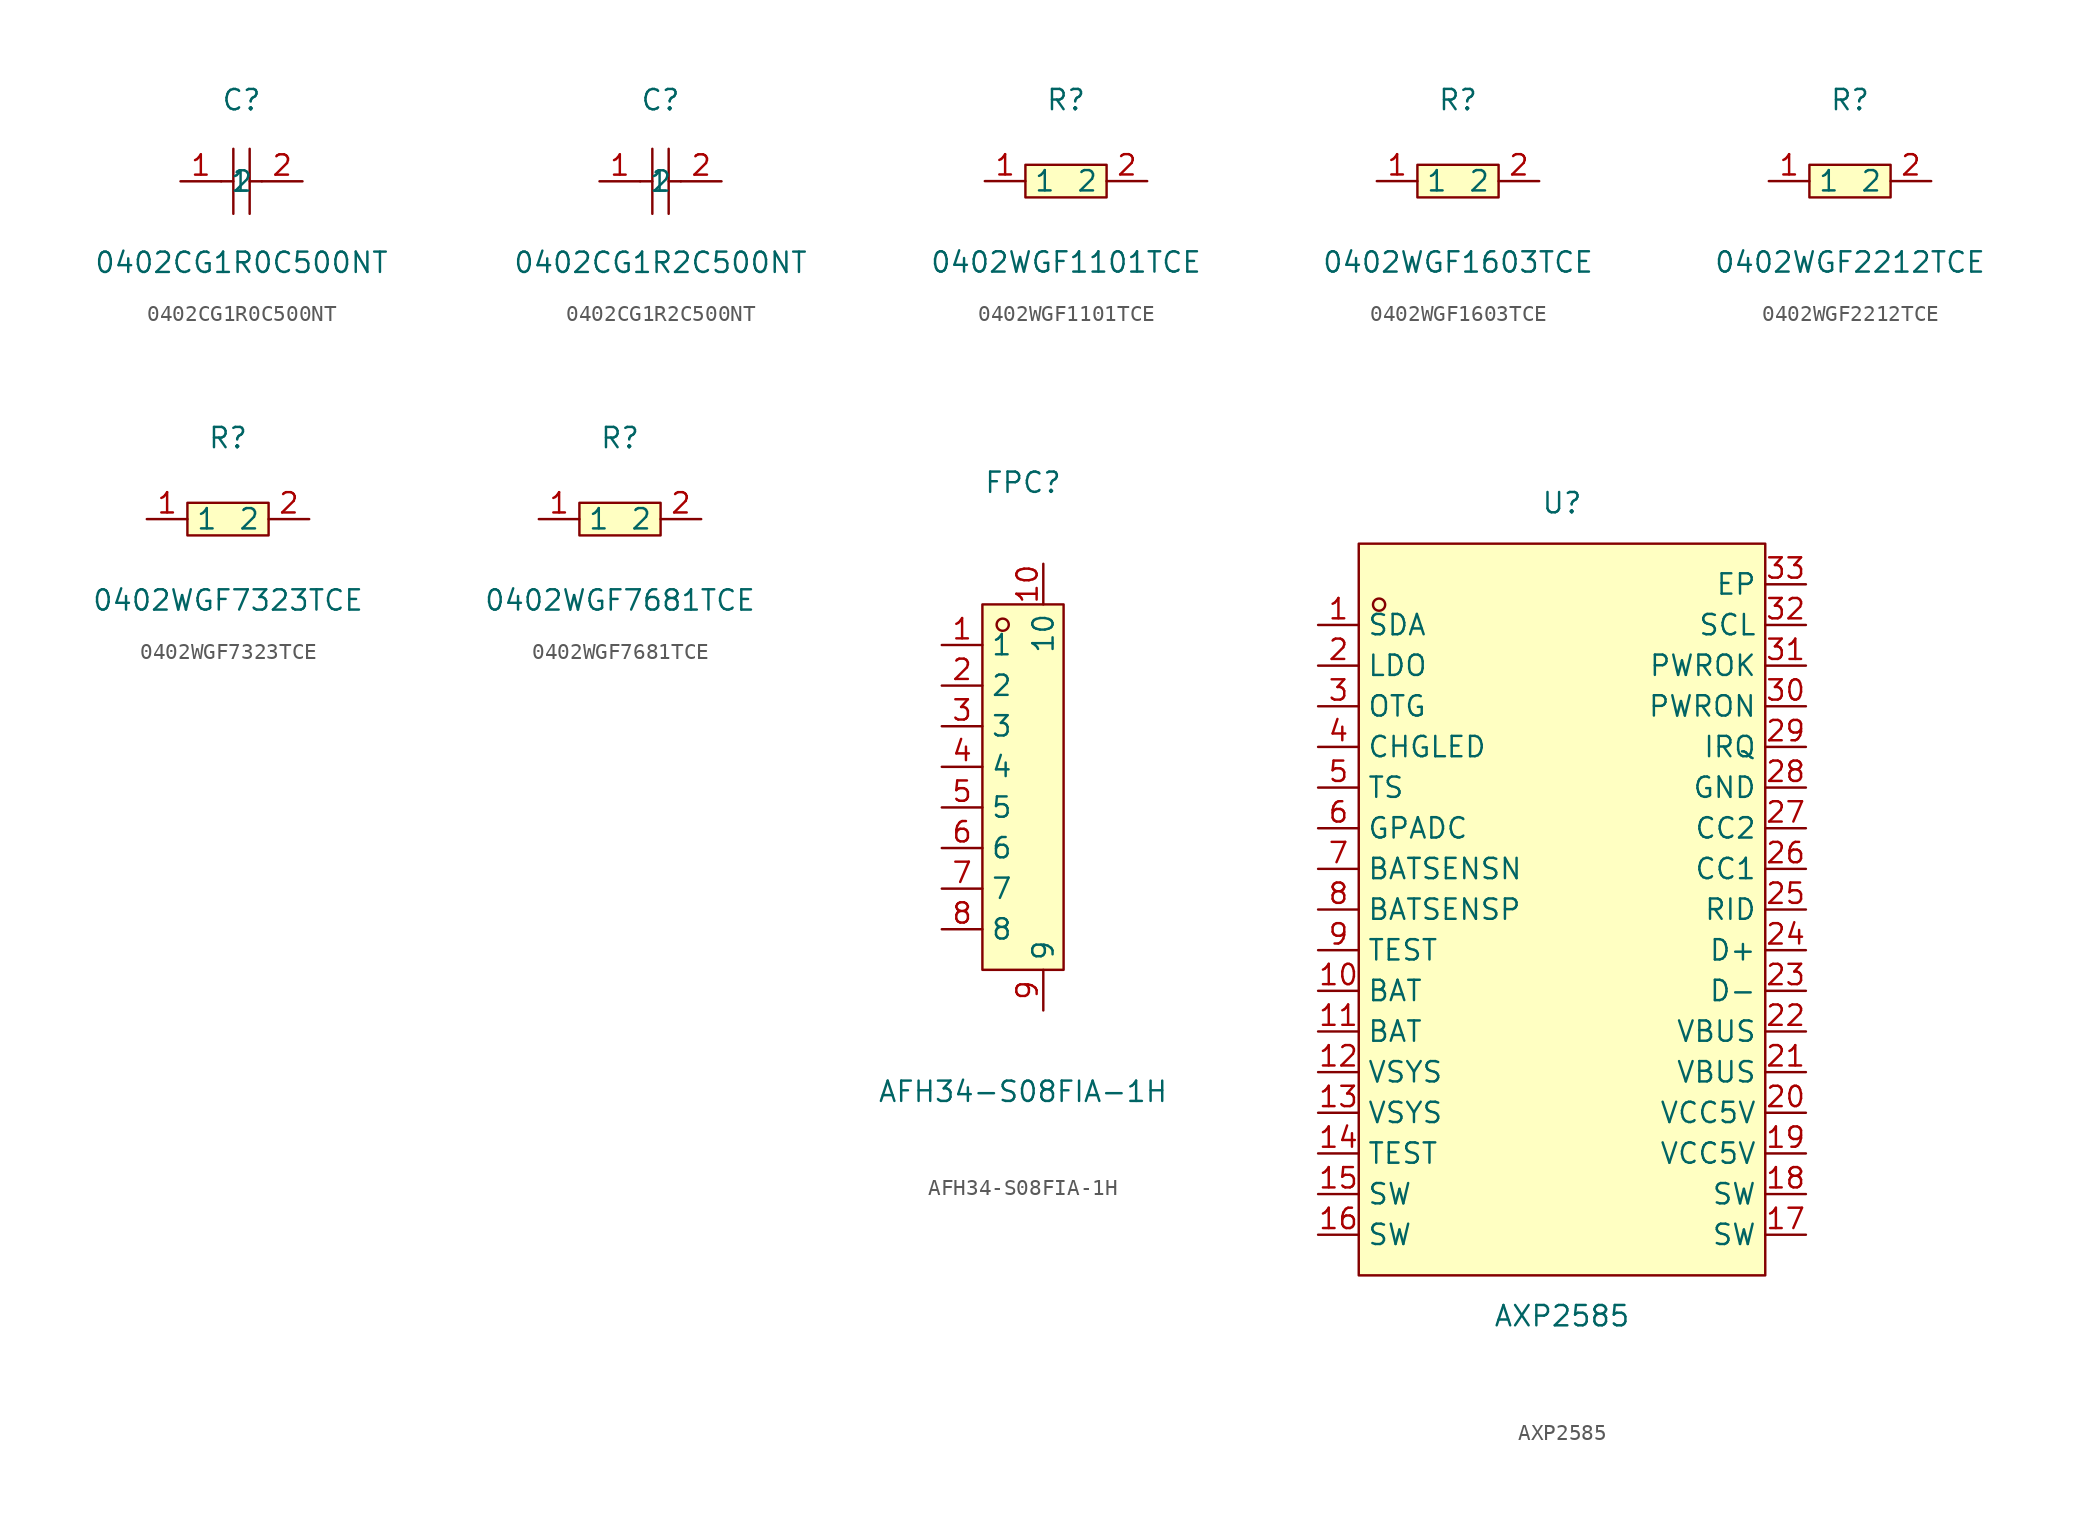
<source format=kicad_sym>
(kicad_symbol_lib
  (version 20241209)
  (generator "kicad_symbol_editor")
  (generator_version "9.0")
  (symbol "0402CG1R0C500NT"
    (property "Reference" "C"
      (at 0 5.08 0)
      (effects (font (size 1.27 1.27))))
    (property "Value" "0402CG1R0C500NT"
      (at 0 -5.08 0)
      (effects (font (size 1.27 1.27))))
    (symbol "0402CG1R0C500NT_0_1"
      (polyline (pts (xy -1.27 0) (xy -0.51 0)) (stroke (width 0) (type default)) (fill (type none)))
      (polyline (pts (xy -0.51 2.03) (xy -0.51 -2.03)) (stroke (width 0) (type default)) (fill (type none)))
      (polyline (pts (xy 0.51 2.03) (xy 0.51 -2.03)) (stroke (width 0) (type default)) (fill (type none)))
      (polyline (pts (xy 0.51 0) (xy 1.27 0)) (stroke (width 0) (type default)) (fill (type none)))
      (pin input line (at -3.81 0 0) (length 2.54) (name "1" (effects (font (size 1.27 1.27)))) (number "1" (effects (font (size 1.27 1.27)))))
      (pin input line (at 3.81 0 180) (length 2.54) (name "2" (effects (font (size 1.27 1.27)))) (number "2" (effects (font (size 1.27 1.27)))))))
  (symbol "0402CG1R2C500NT"
    (property "Reference" "C"
      (at 0 5.08 0)
      (effects (font (size 1.27 1.27))))
    (property "Value" "0402CG1R2C500NT"
      (at 0 -5.08 0)
      (effects (font (size 1.27 1.27))))
    (symbol "0402CG1R2C500NT_0_1"
      (polyline (pts (xy -1.27 0) (xy -0.51 0)) (stroke (width 0) (type default)) (fill (type none)))
      (polyline (pts (xy -0.51 2.03) (xy -0.51 -2.03)) (stroke (width 0) (type default)) (fill (type none)))
      (polyline (pts (xy 0.51 2.03) (xy 0.51 -2.03)) (stroke (width 0) (type default)) (fill (type none)))
      (polyline (pts (xy 0.51 0) (xy 1.27 0)) (stroke (width 0) (type default)) (fill (type none)))
      (pin input line (at -3.81 0 0) (length 2.54) (name "1" (effects (font (size 1.27 1.27)))) (number "1" (effects (font (size 1.27 1.27)))))
      (pin input line (at 3.81 0 180) (length 2.54) (name "2" (effects (font (size 1.27 1.27)))) (number "2" (effects (font (size 1.27 1.27)))))))
  (symbol "0402WGF1101TCE"
    (property "Reference" "R"
      (at 0 5.08 0)
      (effects (font (size 1.27 1.27))))
    (property "Value" "0402WGF1101TCE"
      (at 0 -5.08 0)
      (effects (font (size 1.27 1.27))))
    (symbol "0402WGF1101TCE_0_1"
      (rectangle (start -2.54 1.02) (end 2.54 -1.02) (stroke (width 0) (type default)) (fill (type background)))
      (pin input line (at -5.08 0 0) (length 2.54) (name "1" (effects (font (size 1.27 1.27)))) (number "1" (effects (font (size 1.27 1.27)))))
      (pin input line (at 5.08 0 180) (length 2.54) (name "2" (effects (font (size 1.27 1.27)))) (number "2" (effects (font (size 1.27 1.27)))))))
  (symbol "0402WGF1603TCE"
    (property "Reference" "R"
      (at 0 5.08 0)
      (effects (font (size 1.27 1.27))))
    (property "Value" "0402WGF1603TCE"
      (at 0 -5.08 0)
      (effects (font (size 1.27 1.27))))
    (symbol "0402WGF1603TCE_0_1"
      (rectangle (start -2.54 1.02) (end 2.54 -1.02) (stroke (width 0) (type default)) (fill (type background)))
      (pin input line (at -5.08 0 0) (length 2.54) (name "1" (effects (font (size 1.27 1.27)))) (number "1" (effects (font (size 1.27 1.27)))))
      (pin input line (at 5.08 0 180) (length 2.54) (name "2" (effects (font (size 1.27 1.27)))) (number "2" (effects (font (size 1.27 1.27)))))))
  (symbol "0402WGF2212TCE"
    (property "Reference" "R"
      (at 0 5.08 0)
      (effects (font (size 1.27 1.27))))
    (property "Value" "0402WGF2212TCE"
      (at 0 -5.08 0)
      (effects (font (size 1.27 1.27))))
    (symbol "0402WGF2212TCE_0_1"
      (rectangle (start -2.54 1.02) (end 2.54 -1.02) (stroke (width 0) (type default)) (fill (type background)))
      (pin input line (at -5.08 0 0) (length 2.54) (name "1" (effects (font (size 1.27 1.27)))) (number "1" (effects (font (size 1.27 1.27)))))
      (pin input line (at 5.08 0 180) (length 2.54) (name "2" (effects (font (size 1.27 1.27)))) (number "2" (effects (font (size 1.27 1.27)))))))
  (symbol "0402WGF7323TCE"
    (property "Reference" "R"
      (at 0 5.08 0)
      (effects (font (size 1.27 1.27))))
    (property "Value" "0402WGF7323TCE"
      (at 0 -5.08 0)
      (effects (font (size 1.27 1.27))))
    (symbol "0402WGF7323TCE_0_1"
      (rectangle (start -2.54 1.02) (end 2.54 -1.02) (stroke (width 0) (type default)) (fill (type background)))
      (pin input line (at -5.08 0 0) (length 2.54) (name "1" (effects (font (size 1.27 1.27)))) (number "1" (effects (font (size 1.27 1.27)))))
      (pin input line (at 5.08 0 180) (length 2.54) (name "2" (effects (font (size 1.27 1.27)))) (number "2" (effects (font (size 1.27 1.27)))))))
  (symbol "0402WGF7681TCE"
    (property "Reference" "R"
      (at 0 5.08 0)
      (effects (font (size 1.27 1.27))))
    (property "Value" "0402WGF7681TCE"
      (at 0 -5.08 0)
      (effects (font (size 1.27 1.27))))
    (symbol "0402WGF7681TCE_0_1"
      (rectangle (start -2.54 1.02) (end 2.54 -1.02) (stroke (width 0) (type default)) (fill (type background)))
      (pin input line (at -5.08 0 0) (length 2.54) (name "1" (effects (font (size 1.27 1.27)))) (number "1" (effects (font (size 1.27 1.27)))))
      (pin input line (at 5.08 0 180) (length 2.54) (name "2" (effects (font (size 1.27 1.27)))) (number "2" (effects (font (size 1.27 1.27)))))))
  (symbol "AFH34-S08FIA-1H"
    (property "Reference" "FPC"
      (at 0 19.05 0)
      (effects (font (size 1.27 1.27))))
    (property "Value" "AFH34-S08FIA-1H"
      (at 0 -19.05 0)
      (effects (font (size 1.27 1.27))))
    (symbol "AFH34-S08FIA-1H_0_1"
      (rectangle (start -2.54 11.43) (end 2.54 -11.43) (stroke (width 0) (type default)) (fill (type background)))
      (circle (center -1.27 10.16) (radius 0.38) (stroke (width 0) (type default)) (fill (type none)))
      (pin unspecified line (at -5.08 8.89 0) (length 2.54) (name "1" (effects (font (size 1.27 1.27)))) (number "1" (effects (font (size 1.27 1.27)))))
      (pin unspecified line (at -5.08 6.35 0) (length 2.54) (name "2" (effects (font (size 1.27 1.27)))) (number "2" (effects (font (size 1.27 1.27)))))
      (pin unspecified line (at -5.08 3.81 0) (length 2.54) (name "3" (effects (font (size 1.27 1.27)))) (number "3" (effects (font (size 1.27 1.27)))))
      (pin unspecified line (at -5.08 1.27 0) (length 2.54) (name "4" (effects (font (size 1.27 1.27)))) (number "4" (effects (font (size 1.27 1.27)))))
      (pin unspecified line (at -5.08 -1.27 0) (length 2.54) (name "5" (effects (font (size 1.27 1.27)))) (number "5" (effects (font (size 1.27 1.27)))))
      (pin unspecified line (at -5.08 -3.81 0) (length 2.54) (name "6" (effects (font (size 1.27 1.27)))) (number "6" (effects (font (size 1.27 1.27)))))
      (pin unspecified line (at -5.08 -6.35 0) (length 2.54) (name "7" (effects (font (size 1.27 1.27)))) (number "7" (effects (font (size 1.27 1.27)))))
      (pin unspecified line (at -5.08 -8.89 0) (length 2.54) (name "8" (effects (font (size 1.27 1.27)))) (number "8" (effects (font (size 1.27 1.27)))))
      (pin unspecified line (at 1.27 13.97 270) (length 2.54) (name "10" (effects (font (size 1.27 1.27)))) (number "10" (effects (font (size 1.27 1.27)))))
      (pin unspecified line (at 1.27 -13.97 90) (length 2.54) (name "9" (effects (font (size 1.27 1.27)))) (number "9" (effects (font (size 1.27 1.27)))))))
  (symbol "AXP2585"
    (property "Reference" "U"
      (at 0 25.4 0)
      (effects (font (size 1.27 1.27))))
    (property "Value" "AXP2585"
      (at 0 -25.4 0)
      (effects (font (size 1.27 1.27))))
    (symbol "AXP2585_0_1"
      (rectangle (start -12.7 22.86) (end 12.7 -22.86) (stroke (width 0) (type default)) (fill (type background)))
      (circle (center -11.43 19.05) (radius 0.38) (stroke (width 0) (type default)) (fill (type none)))
      (pin unspecified line (at -15.24 17.78 0) (length 2.54) (name "SDA" (effects (font (size 1.27 1.27)))) (number "1" (effects (font (size 1.27 1.27)))))
      (pin unspecified line (at -15.24 15.24 0) (length 2.54) (name "LDO" (effects (font (size 1.27 1.27)))) (number "2" (effects (font (size 1.27 1.27)))))
      (pin unspecified line (at -15.24 12.7 0) (length 2.54) (name "OTG" (effects (font (size 1.27 1.27)))) (number "3" (effects (font (size 1.27 1.27)))))
      (pin unspecified line (at -15.24 10.16 0) (length 2.54) (name "CHGLED" (effects (font (size 1.27 1.27)))) (number "4" (effects (font (size 1.27 1.27)))))
      (pin unspecified line (at -15.24 7.62 0) (length 2.54) (name "TS" (effects (font (size 1.27 1.27)))) (number "5" (effects (font (size 1.27 1.27)))))
      (pin unspecified line (at -15.24 5.08 0) (length 2.54) (name "GPADC" (effects (font (size 1.27 1.27)))) (number "6" (effects (font (size 1.27 1.27)))))
      (pin unspecified line (at -15.24 2.54 0) (length 2.54) (name "BATSENSN" (effects (font (size 1.27 1.27)))) (number "7" (effects (font (size 1.27 1.27)))))
      (pin unspecified line (at -15.24 0 0) (length 2.54) (name "BATSENSP" (effects (font (size 1.27 1.27)))) (number "8" (effects (font (size 1.27 1.27)))))
      (pin unspecified line (at -15.24 -2.54 0) (length 2.54) (name "TEST" (effects (font (size 1.27 1.27)))) (number "9" (effects (font (size 1.27 1.27)))))
      (pin unspecified line (at -15.24 -5.08 0) (length 2.54) (name "BAT" (effects (font (size 1.27 1.27)))) (number "10" (effects (font (size 1.27 1.27)))))
      (pin unspecified line (at -15.24 -7.62 0) (length 2.54) (name "BAT" (effects (font (size 1.27 1.27)))) (number "11" (effects (font (size 1.27 1.27)))))
      (pin unspecified line (at -15.24 -10.16 0) (length 2.54) (name "VSYS" (effects (font (size 1.27 1.27)))) (number "12" (effects (font (size 1.27 1.27)))))
      (pin unspecified line (at -15.24 -12.7 0) (length 2.54) (name "VSYS" (effects (font (size 1.27 1.27)))) (number "13" (effects (font (size 1.27 1.27)))))
      (pin unspecified line (at -15.24 -15.24 0) (length 2.54) (name "TEST" (effects (font (size 1.27 1.27)))) (number "14" (effects (font (size 1.27 1.27)))))
      (pin unspecified line (at -15.24 -17.78 0) (length 2.54) (name "SW" (effects (font (size 1.27 1.27)))) (number "15" (effects (font (size 1.27 1.27)))))
      (pin unspecified line (at -15.24 -20.32 0) (length 2.54) (name "SW" (effects (font (size 1.27 1.27)))) (number "16" (effects (font (size 1.27 1.27)))))
      (pin unspecified line (at 15.24 20.32 180) (length 2.54) (name "EP" (effects (font (size 1.27 1.27)))) (number "33" (effects (font (size 1.27 1.27)))))
      (pin unspecified line (at 15.24 17.78 180) (length 2.54) (name "SCL" (effects (font (size 1.27 1.27)))) (number "32" (effects (font (size 1.27 1.27)))))
      (pin unspecified line (at 15.24 15.24 180) (length 2.54) (name "PWROK" (effects (font (size 1.27 1.27)))) (number "31" (effects (font (size 1.27 1.27)))))
      (pin unspecified line (at 15.24 12.7 180) (length 2.54) (name "PWRON" (effects (font (size 1.27 1.27)))) (number "30" (effects (font (size 1.27 1.27)))))
      (pin unspecified line (at 15.24 10.16 180) (length 2.54) (name "IRQ" (effects (font (size 1.27 1.27)))) (number "29" (effects (font (size 1.27 1.27)))))
      (pin unspecified line (at 15.24 7.62 180) (length 2.54) (name "GND" (effects (font (size 1.27 1.27)))) (number "28" (effects (font (size 1.27 1.27)))))
      (pin unspecified line (at 15.24 5.08 180) (length 2.54) (name "CC2" (effects (font (size 1.27 1.27)))) (number "27" (effects (font (size 1.27 1.27)))))
      (pin unspecified line (at 15.24 2.54 180) (length 2.54) (name "CC1" (effects (font (size 1.27 1.27)))) (number "26" (effects (font (size 1.27 1.27)))))
      (pin unspecified line (at 15.24 0 180) (length 2.54) (name "RID" (effects (font (size 1.27 1.27)))) (number "25" (effects (font (size 1.27 1.27)))))
      (pin unspecified line (at 15.24 -2.54 180) (length 2.54) (name "D+" (effects (font (size 1.27 1.27)))) (number "24" (effects (font (size 1.27 1.27)))))
      (pin unspecified line (at 15.24 -5.08 180) (length 2.54) (name "D-" (effects (font (size 1.27 1.27)))) (number "23" (effects (font (size 1.27 1.27)))))
      (pin unspecified line (at 15.24 -7.62 180) (length 2.54) (name "VBUS" (effects (font (size 1.27 1.27)))) (number "22" (effects (font (size 1.27 1.27)))))
      (pin unspecified line (at 15.24 -10.16 180) (length 2.54) (name "VBUS" (effects (font (size 1.27 1.27)))) (number "21" (effects (font (size 1.27 1.27)))))
      (pin unspecified line (at 15.24 -12.7 180) (length 2.54) (name "VCC5V" (effects (font (size 1.27 1.27)))) (number "20" (effects (font (size 1.27 1.27)))))
      (pin unspecified line (at 15.24 -15.24 180) (length 2.54) (name "VCC5V" (effects (font (size 1.27 1.27)))) (number "19" (effects (font (size 1.27 1.27)))))
      (pin unspecified line (at 15.24 -17.78 180) (length 2.54) (name "SW" (effects (font (size 1.27 1.27)))) (number "18" (effects (font (size 1.27 1.27)))))
      (pin unspecified line (at 15.24 -20.32 180) (length 2.54) (name "SW" (effects (font (size 1.27 1.27)))) (number "17" (effects (font (size 1.27 1.27))))))))
</source>
